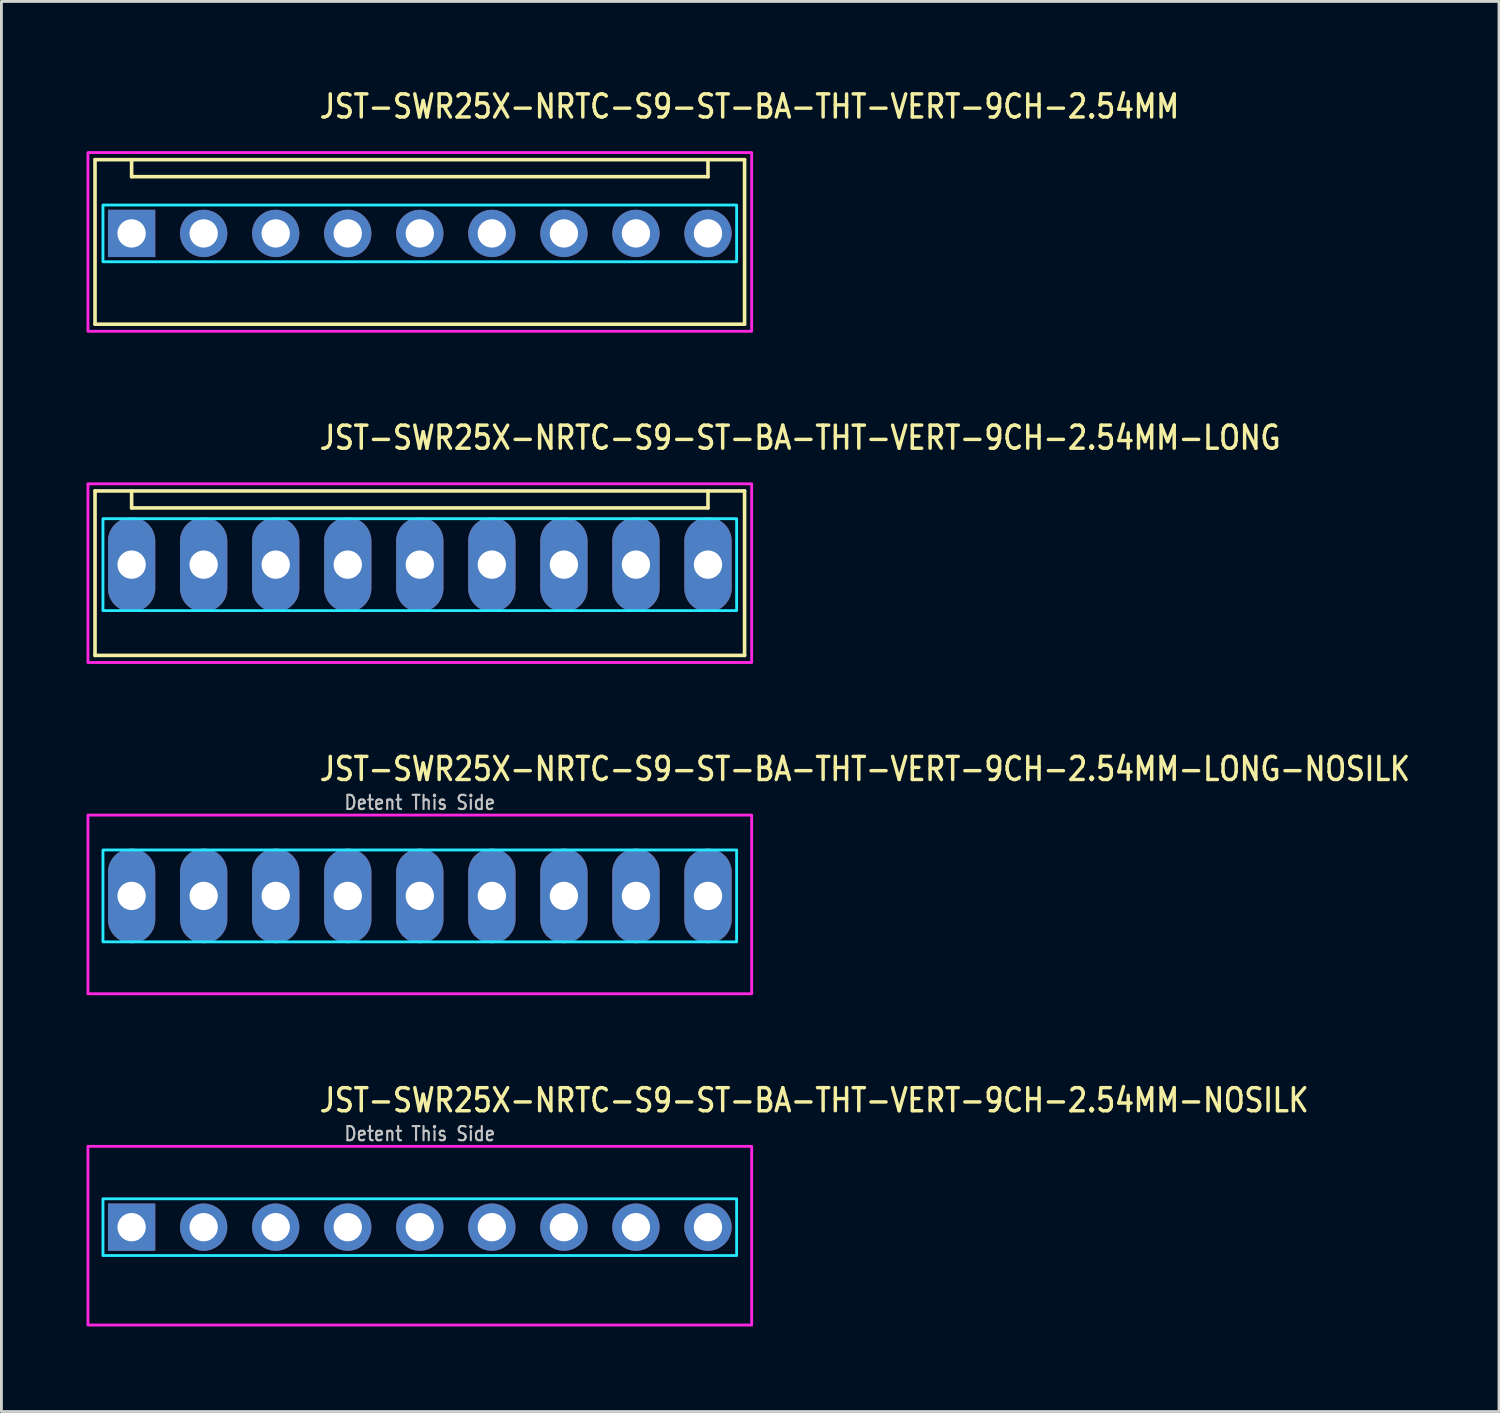
<source format=kicad_pcb>
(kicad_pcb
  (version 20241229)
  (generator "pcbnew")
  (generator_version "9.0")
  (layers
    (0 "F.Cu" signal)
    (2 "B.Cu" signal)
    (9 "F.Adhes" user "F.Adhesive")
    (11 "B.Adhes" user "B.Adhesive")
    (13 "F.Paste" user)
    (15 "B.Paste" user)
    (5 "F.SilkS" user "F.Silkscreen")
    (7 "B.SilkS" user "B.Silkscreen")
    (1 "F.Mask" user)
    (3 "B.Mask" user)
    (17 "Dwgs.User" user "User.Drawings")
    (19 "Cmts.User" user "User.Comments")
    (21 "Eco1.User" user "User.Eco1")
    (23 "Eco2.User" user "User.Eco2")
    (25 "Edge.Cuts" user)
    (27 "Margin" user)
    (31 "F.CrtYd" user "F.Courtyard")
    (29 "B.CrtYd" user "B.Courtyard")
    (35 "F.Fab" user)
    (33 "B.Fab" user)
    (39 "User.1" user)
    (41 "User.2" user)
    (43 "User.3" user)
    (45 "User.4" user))
  (footprint "JST-SWR25X-NRTC-S9-ST-BA-THT-VERT-9CH-2.54MM-NOSILK"
    (layer "F.Cu")
    (at 11.75 40.214)
    (property "Reference" "JST-SWR25X-NRTC-S9-ST-BA-THT-VERT-9CH-2.54MM-NOSILK" (at -3.6 -4 0) (unlocked yes) (layer "F.SilkS") (effects (font (size 0.813 0.695) (thickness 0.122)) (justify left bottom)))
    (fp_poly (pts (xy -11.17 -1) (xy -11.17 1) (xy 11.17 1) (xy 11.17 -1)) (stroke (width 0.1) (type solid)) (fill no) (layer "B.CrtYd"))
    (fp_poly (pts (xy -11.7 -2.85) (xy -11.7 3.45) (xy 11.7 3.45) (xy 11.7 -2.85)) (stroke (width 0.1) (type solid)) (fill no) (layer "F.CrtYd"))
    (fp_text user "Detent This Side" (at 0 -3 0) (unlocked yes) (layer "Dwgs.User") (effects (font (size 0.5 0.427) (thickness 0.075)) (justify bottom)))
    (pad "1" thru_hole rect (at -10.16 0) (size 1.667 1.667) (drill 1) (layers "*.Cu" "*.Mask"))
    (pad "2" thru_hole oval (at -7.62 0) (size 1.667 1.667) (drill 1) (layers "*.Cu" "*.Mask"))
    (pad "3" thru_hole oval (at -5.08 0) (size 1.667 1.667) (drill 1) (layers "*.Cu" "*.Mask"))
    (pad "4" thru_hole oval (at -2.54 0) (size 1.667 1.667) (drill 1) (layers "*.Cu" "*.Mask"))
    (pad "5" thru_hole oval (at 0 0) (size 1.667 1.667) (drill 1) (layers "*.Cu" "*.Mask"))
    (pad "6" thru_hole oval (at 2.54 0) (size 1.667 1.667) (drill 1) (layers "*.Cu" "*.Mask"))
    (pad "7" thru_hole oval (at 5.08 0) (size 1.667 1.667) (drill 1) (layers "*.Cu" "*.Mask"))
    (pad "8" thru_hole oval (at 7.62 0) (size 1.667 1.667) (drill 1) (layers "*.Cu" "*.Mask"))
    (pad "9" thru_hole oval (at 10.16 0) (size 1.667 1.667) (drill 1) (layers "*.Cu" "*.Mask")))
  (footprint "JST-SWR25X-NRTC-S9-ST-BA-THT-VERT-9CH-2.54MM-LONG-NOSILK"
    (layer "F.Cu")
    (at 11.75 28.536)
    (property "Reference" "JST-SWR25X-NRTC-S9-ST-BA-THT-VERT-9CH-2.54MM-LONG-NOSILK" (at -3.6 -4 0) (unlocked yes) (layer "F.SilkS") (effects (font (size 0.813 0.695) (thickness 0.122)) (justify left bottom)))
    (fp_poly (pts (xy -11.17 -1.62) (xy -11.17 1.62) (xy 11.17 1.62) (xy 11.17 -1.62)) (stroke (width 0.1) (type solid)) (fill no) (layer "B.CrtYd"))
    (fp_poly (pts (xy -11.7 -2.85) (xy -11.7 3.45) (xy 11.7 3.45) (xy 11.7 -2.85)) (stroke (width 0.1) (type solid)) (fill no) (layer "F.CrtYd"))
    (fp_text user "Detent This Side" (at 0 -3 0) (unlocked yes) (layer "Dwgs.User") (effects (font (size 0.5 0.427) (thickness 0.075)) (justify bottom)))
    (pad "1" thru_hole oval (at -10.16 0 90) (size 3.333 1.667) (drill 1) (layers "*.Cu" "*.Mask"))
    (pad "2" thru_hole oval (at -7.62 0 90) (size 3.333 1.667) (drill 1) (layers "*.Cu" "*.Mask"))
    (pad "3" thru_hole oval (at -5.08 0 90) (size 3.333 1.667) (drill 1) (layers "*.Cu" "*.Mask"))
    (pad "4" thru_hole oval (at -2.54 0 90) (size 3.333 1.667) (drill 1) (layers "*.Cu" "*.Mask"))
    (pad "5" thru_hole oval (at 0 0 90) (size 3.333 1.667) (drill 1) (layers "*.Cu" "*.Mask"))
    (pad "6" thru_hole oval (at 2.54 0 90) (size 3.333 1.667) (drill 1) (layers "*.Cu" "*.Mask"))
    (pad "7" thru_hole oval (at 5.08 0 90) (size 3.333 1.667) (drill 1) (layers "*.Cu" "*.Mask"))
    (pad "8" thru_hole oval (at 7.62 0 90) (size 3.333 1.667) (drill 1) (layers "*.Cu" "*.Mask"))
    (pad "9" thru_hole oval (at 10.16 0 90) (size 3.333 1.667) (drill 1) (layers "*.Cu" "*.Mask")))
  (footprint "JST-SWR25X-NRTC-S9-ST-BA-THT-VERT-9CH-2.54MM"
    (layer "F.Cu")
    (at 11.75 5.179)
    (property "Reference" "JST-SWR25X-NRTC-S9-ST-BA-THT-VERT-9CH-2.54MM" (at -3.6 -4 0) (unlocked yes) (layer "F.SilkS") (effects (font (size 0.813 0.695) (thickness 0.122)) (justify left bottom)))
    (fp_line (start -11.45 -2.6) (end 11.45 -2.6) (stroke (width 0.127) (type solid)) (layer "F.SilkS"))
    (fp_line (start -11.45 3.2) (end -11.45 -2.6) (stroke (width 0.127) (type solid)) (layer "F.SilkS"))
    (fp_line (start -11.45 3.2) (end 11.45 3.2) (stroke (width 0.127) (type solid)) (layer "F.SilkS"))
    (fp_line (start -10.16 -2.6) (end -10.16 -2) (stroke (width 0.127) (type solid)) (layer "F.SilkS"))
    (fp_line (start -10.16 -2) (end 10.16 -2) (stroke (width 0.127) (type solid)) (layer "F.SilkS"))
    (fp_line (start 10.16 -2.6) (end 10.16 -2) (stroke (width 0.127) (type solid)) (layer "F.SilkS"))
    (fp_line (start 11.45 -2.6) (end 11.45 3.2) (stroke (width 0.127) (type solid)) (layer "F.SilkS"))
    (fp_poly (pts (xy -11.17 -1) (xy -11.17 1) (xy 11.17 1) (xy 11.17 -1)) (stroke (width 0.1) (type solid)) (fill no) (layer "B.CrtYd"))
    (fp_poly (pts (xy -11.7 -2.85) (xy -11.7 3.45) (xy 11.7 3.45) (xy 11.7 -2.85)) (stroke (width 0.1) (type solid)) (fill no) (layer "F.CrtYd"))
    (pad "P$1" thru_hole rect (at -10.16 0) (size 1.667 1.667) (drill 1) (layers "*.Cu" "*.Mask"))
    (pad "P$2" thru_hole oval (at -7.62 0) (size 1.667 1.667) (drill 1) (layers "*.Cu" "*.Mask"))
    (pad "P$3" thru_hole oval (at -5.08 0) (size 1.667 1.667) (drill 1) (layers "*.Cu" "*.Mask"))
    (pad "P$4" thru_hole oval (at -2.54 0) (size 1.667 1.667) (drill 1) (layers "*.Cu" "*.Mask"))
    (pad "P$5" thru_hole oval (at 0 0) (size 1.667 1.667) (drill 1) (layers "*.Cu" "*.Mask"))
    (pad "P$6" thru_hole oval (at 2.54 0) (size 1.667 1.667) (drill 1) (layers "*.Cu" "*.Mask"))
    (pad "P$7" thru_hole oval (at 5.08 0) (size 1.667 1.667) (drill 1) (layers "*.Cu" "*.Mask"))
    (pad "P$8" thru_hole oval (at 7.62 0) (size 1.667 1.667) (drill 1) (layers "*.Cu" "*.Mask"))
    (pad "P$9" thru_hole oval (at 10.16 0) (size 1.667 1.667) (drill 1) (layers "*.Cu" "*.Mask")))
  (footprint "JST-SWR25X-NRTC-S9-ST-BA-THT-VERT-9CH-2.54MM-LONG"
    (layer "F.Cu")
    (at 11.75 16.857)
    (property "Reference" "JST-SWR25X-NRTC-S9-ST-BA-THT-VERT-9CH-2.54MM-LONG" (at -3.6 -4 0) (unlocked yes) (layer "F.SilkS") (effects (font (size 0.813 0.695) (thickness 0.122)) (justify left bottom)))
    (fp_line (start -11.45 -2.6) (end 11.45 -2.6) (stroke (width 0.127) (type solid)) (layer "F.SilkS"))
    (fp_line (start -11.45 3.2) (end -11.45 -2.6) (stroke (width 0.127) (type solid)) (layer "F.SilkS"))
    (fp_line (start -11.45 3.2) (end 11.45 3.2) (stroke (width 0.127) (type solid)) (layer "F.SilkS"))
    (fp_line (start -10.16 -2.6) (end -10.16 -2) (stroke (width 0.127) (type solid)) (layer "F.SilkS"))
    (fp_line (start -10.16 -2) (end 10.16 -2) (stroke (width 0.127) (type solid)) (layer "F.SilkS"))
    (fp_line (start 10.16 -2.6) (end 10.16 -2) (stroke (width 0.127) (type solid)) (layer "F.SilkS"))
    (fp_line (start 11.45 -2.6) (end 11.45 3.2) (stroke (width 0.127) (type solid)) (layer "F.SilkS"))
    (fp_poly (pts (xy -11.17 -1.62) (xy -11.17 1.62) (xy 11.17 1.62) (xy 11.17 -1.62)) (stroke (width 0.1) (type solid)) (fill no) (layer "B.CrtYd"))
    (fp_poly (pts (xy -11.7 -2.85) (xy -11.7 3.45) (xy 11.7 3.45) (xy 11.7 -2.85)) (stroke (width 0.1) (type solid)) (fill no) (layer "F.CrtYd"))
    (pad "1" thru_hole oval (at -10.16 0 90) (size 3.333 1.667) (drill 1) (layers "*.Cu" "*.Mask"))
    (pad "2" thru_hole oval (at -7.62 0 90) (size 3.333 1.667) (drill 1) (layers "*.Cu" "*.Mask"))
    (pad "3" thru_hole oval (at -5.08 0 90) (size 3.333 1.667) (drill 1) (layers "*.Cu" "*.Mask"))
    (pad "4" thru_hole oval (at -2.54 0 90) (size 3.333 1.667) (drill 1) (layers "*.Cu" "*.Mask"))
    (pad "5" thru_hole oval (at 0 0 90) (size 3.333 1.667) (drill 1) (layers "*.Cu" "*.Mask"))
    (pad "6" thru_hole oval (at 2.54 0 90) (size 3.333 1.667) (drill 1) (layers "*.Cu" "*.Mask"))
    (pad "7" thru_hole oval (at 5.08 0 90) (size 3.333 1.667) (drill 1) (layers "*.Cu" "*.Mask"))
    (pad "8" thru_hole oval (at 7.62 0 90) (size 3.333 1.667) (drill 1) (layers "*.Cu" "*.Mask"))
    (pad "9" thru_hole oval (at 10.16 0 90) (size 3.333 1.667) (drill 1) (layers "*.Cu" "*.Mask")))
  (gr_rect
    (start -3 -3)
    (end 49.797 46.714)
    (stroke (width 0.1) (type default))
    (fill no)
    (layer "Edge.Cuts")))
</source>
